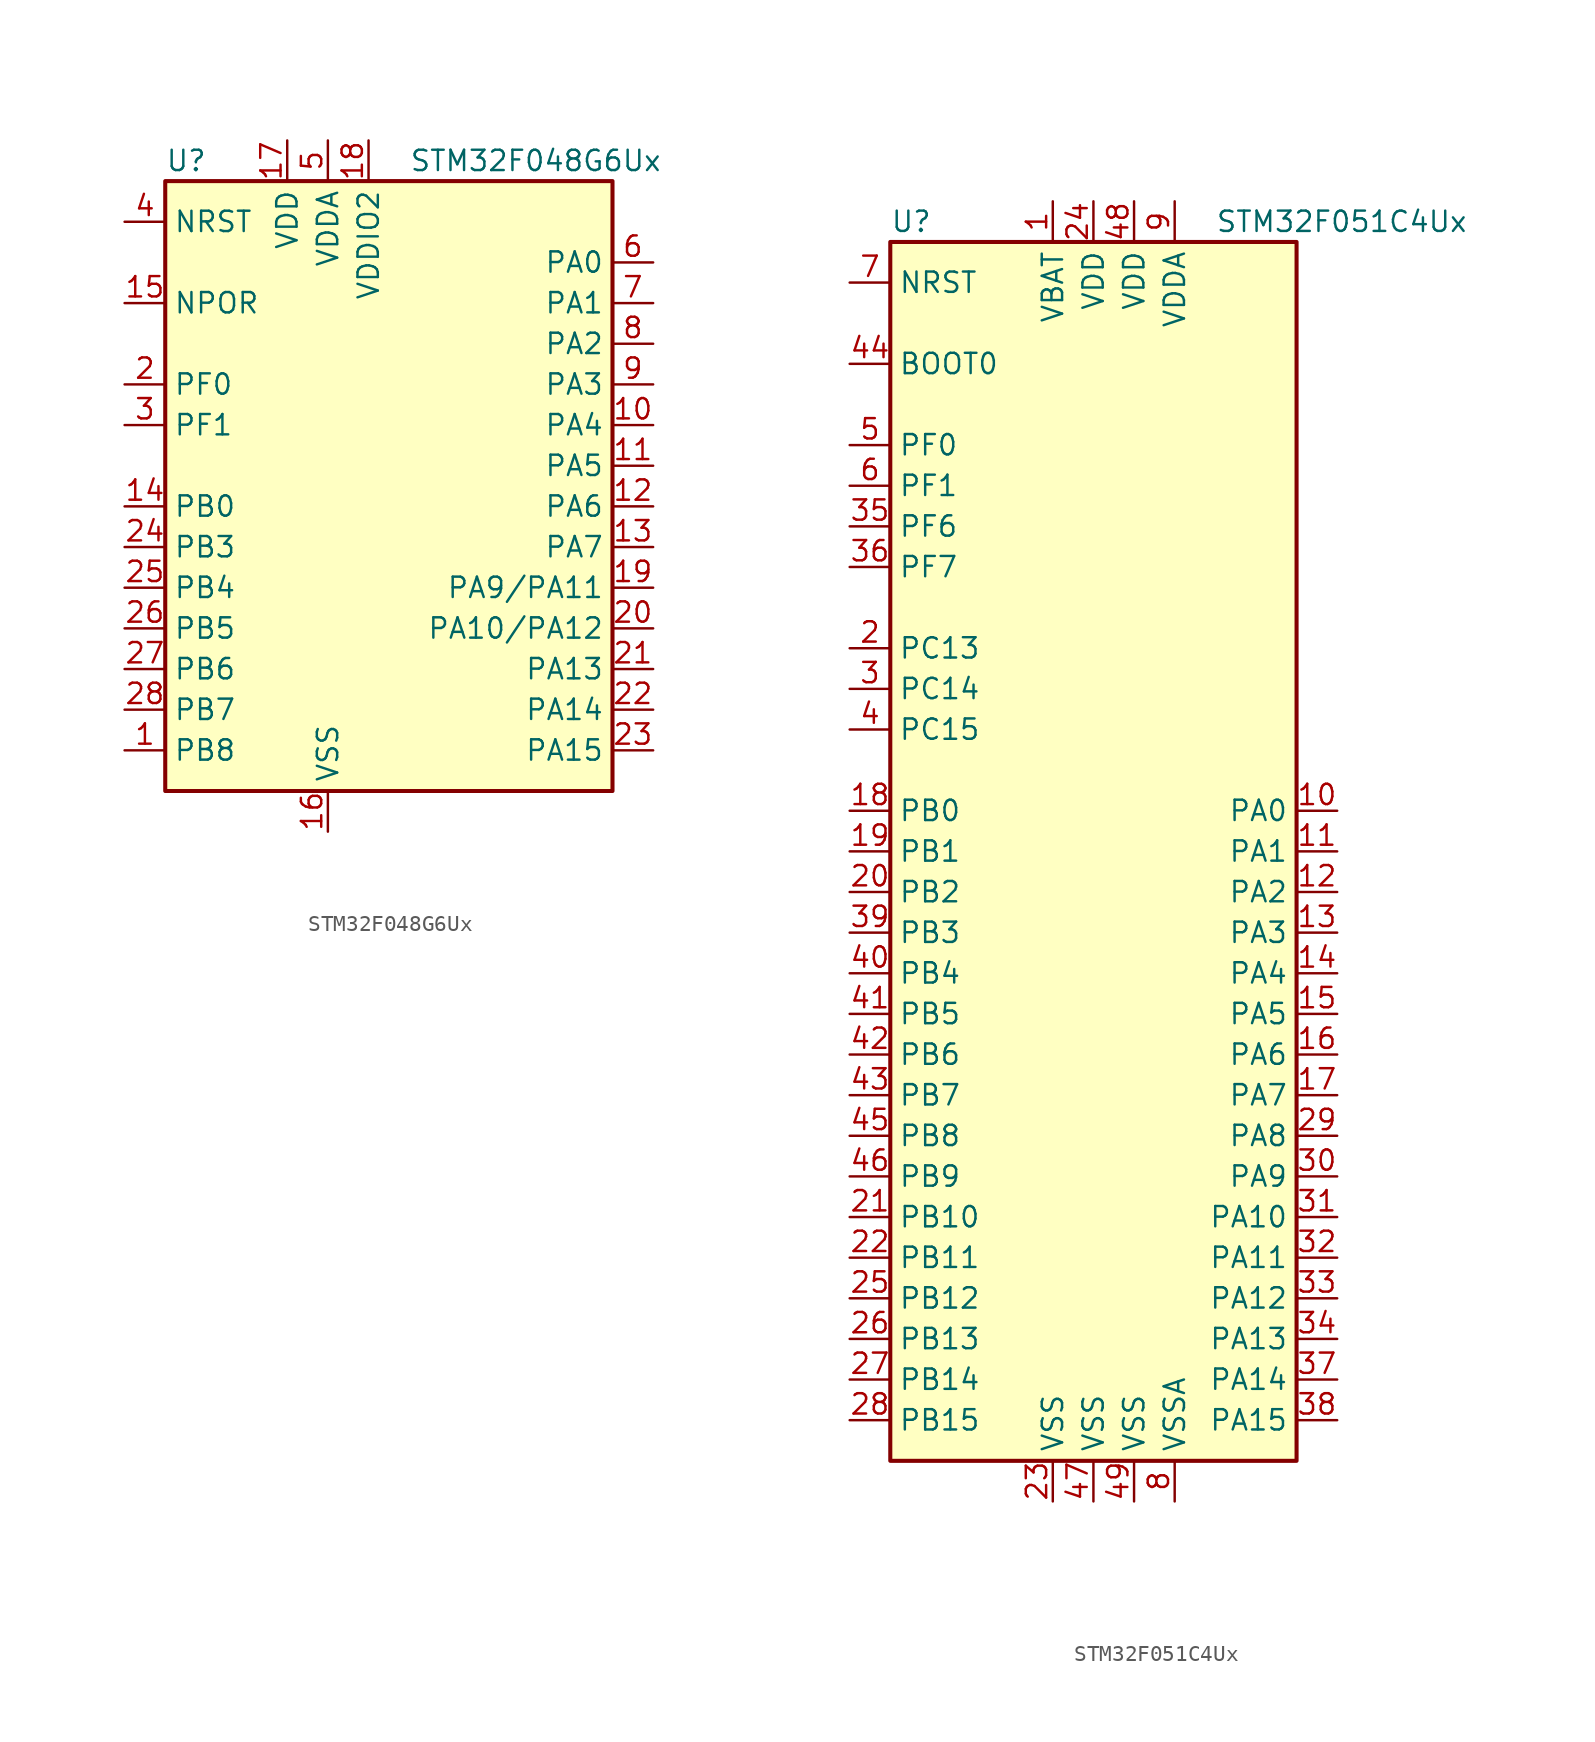
<source format=kicad_sym>
(kicad_symbol_lib
  (version 20201005)
  (generator kicad_symbol_editor)
  (symbol "STM32F048G6Ux"
    (property "Reference" "U"
      (at -15.24 19.05 0)
      (effects (font (size 1.27 1.27)) (justify left)))
    (property "Value" "STM32F048G6Ux"
      (at 0 19.05 0)
      (effects (font (size 1.27 1.27)) (justify left)))
    (symbol "STM32F048G6Ux_0_1"
      (rectangle (start -15.24 -20.32) (end 12.7 17.78) (stroke (width 0.254)) (fill (type background))))
    (symbol "STM32F048G6Ux_1_1"
      (pin power_in line (at -17.78 10.16 0) (length 2.54) (name "NPOR" (effects (font (size 1.27 1.27)))) (number "15" (effects (font (size 1.27 1.27)))))
      (pin input line (at -17.78 15.24 0) (length 2.54) (name "NRST" (effects (font (size 1.27 1.27)))) (number "4" (effects (font (size 1.27 1.27)))))
      (pin bidirectional line (at 15.24 12.7 180) (length 2.54) (name "PA0" (effects (font (size 1.27 1.27)))) (number "6" (effects (font (size 1.27 1.27)))))
      (pin bidirectional line (at 15.24 10.16 180) (length 2.54) (name "PA1" (effects (font (size 1.27 1.27)))) (number "7" (effects (font (size 1.27 1.27)))))
      (pin bidirectional line (at 15.24 -10.16 180) (length 2.54) (name "PA10/PA12" (effects (font (size 1.27 1.27)))) (number "20" (effects (font (size 1.27 1.27)))))
      (pin bidirectional line (at 15.24 -12.7 180) (length 2.54) (name "PA13" (effects (font (size 1.27 1.27)))) (number "21" (effects (font (size 1.27 1.27)))))
      (pin bidirectional line (at 15.24 -15.24 180) (length 2.54) (name "PA14" (effects (font (size 1.27 1.27)))) (number "22" (effects (font (size 1.27 1.27)))))
      (pin bidirectional line (at 15.24 -17.78 180) (length 2.54) (name "PA15" (effects (font (size 1.27 1.27)))) (number "23" (effects (font (size 1.27 1.27)))))
      (pin bidirectional line (at 15.24 7.62 180) (length 2.54) (name "PA2" (effects (font (size 1.27 1.27)))) (number "8" (effects (font (size 1.27 1.27)))))
      (pin bidirectional line (at 15.24 5.08 180) (length 2.54) (name "PA3" (effects (font (size 1.27 1.27)))) (number "9" (effects (font (size 1.27 1.27)))))
      (pin bidirectional line (at 15.24 2.54 180) (length 2.54) (name "PA4" (effects (font (size 1.27 1.27)))) (number "10" (effects (font (size 1.27 1.27)))))
      (pin bidirectional line (at 15.24 0 180) (length 2.54) (name "PA5" (effects (font (size 1.27 1.27)))) (number "11" (effects (font (size 1.27 1.27)))))
      (pin bidirectional line (at 15.24 -2.54 180) (length 2.54) (name "PA6" (effects (font (size 1.27 1.27)))) (number "12" (effects (font (size 1.27 1.27)))))
      (pin bidirectional line (at 15.24 -5.08 180) (length 2.54) (name "PA7" (effects (font (size 1.27 1.27)))) (number "13" (effects (font (size 1.27 1.27)))))
      (pin bidirectional line (at 15.24 -7.62 180) (length 2.54) (name "PA9/PA11" (effects (font (size 1.27 1.27)))) (number "19" (effects (font (size 1.27 1.27)))))
      (pin bidirectional line (at -17.78 -2.54 0) (length 2.54) (name "PB0" (effects (font (size 1.27 1.27)))) (number "14" (effects (font (size 1.27 1.27)))))
      (pin bidirectional line (at -17.78 -5.08 0) (length 2.54) (name "PB3" (effects (font (size 1.27 1.27)))) (number "24" (effects (font (size 1.27 1.27)))))
      (pin bidirectional line (at -17.78 -7.62 0) (length 2.54) (name "PB4" (effects (font (size 1.27 1.27)))) (number "25" (effects (font (size 1.27 1.27)))))
      (pin bidirectional line (at -17.78 -10.16 0) (length 2.54) (name "PB5" (effects (font (size 1.27 1.27)))) (number "26" (effects (font (size 1.27 1.27)))))
      (pin bidirectional line (at -17.78 -12.7 0) (length 2.54) (name "PB6" (effects (font (size 1.27 1.27)))) (number "27" (effects (font (size 1.27 1.27)))))
      (pin bidirectional line (at -17.78 -15.24 0) (length 2.54) (name "PB7" (effects (font (size 1.27 1.27)))) (number "28" (effects (font (size 1.27 1.27)))))
      (pin bidirectional line (at -17.78 -17.78 0) (length 2.54) (name "PB8" (effects (font (size 1.27 1.27)))) (number "1" (effects (font (size 1.27 1.27)))))
      (pin input line (at -17.78 5.08 0) (length 2.54) (name "PF0" (effects (font (size 1.27 1.27)))) (number "2" (effects (font (size 1.27 1.27)))))
      (pin input line (at -17.78 2.54 0) (length 2.54) (name "PF1" (effects (font (size 1.27 1.27)))) (number "3" (effects (font (size 1.27 1.27)))))
      (pin power_in line (at -7.62 20.32 270) (length 2.54) (name "VDD" (effects (font (size 1.27 1.27)))) (number "17" (effects (font (size 1.27 1.27)))))
      (pin power_in line (at -5.08 20.32 270) (length 2.54) (name "VDDA" (effects (font (size 1.27 1.27)))) (number "5" (effects (font (size 1.27 1.27)))))
      (pin power_in line (at -2.54 20.32 270) (length 2.54) (name "VDDIO2" (effects (font (size 1.27 1.27)))) (number "18" (effects (font (size 1.27 1.27)))))
      (pin power_in line (at -5.08 -22.86 90) (length 2.54) (name "VSS" (effects (font (size 1.27 1.27)))) (number "16" (effects (font (size 1.27 1.27)))))))
  (symbol "STM32F051C4Ux"
    (property "Reference" "U"
      (at -12.7 39.37 0)
      (effects (font (size 1.27 1.27)) (justify left)))
    (property "Value" "STM32F051C4Ux"
      (at 7.62 39.37 0)
      (effects (font (size 1.27 1.27)) (justify left)))
    (symbol "STM32F051C4Ux_0_1"
      (rectangle (start -12.7 -38.1) (end 12.7 38.1) (stroke (width 0.254)) (fill (type background))))
    (symbol "STM32F051C4Ux_1_1"
      (pin input line (at -15.24 30.48 0) (length 2.54) (name "BOOT0" (effects (font (size 1.27 1.27)))) (number "44" (effects (font (size 1.27 1.27)))))
      (pin input line (at -15.24 35.56 0) (length 2.54) (name "NRST" (effects (font (size 1.27 1.27)))) (number "7" (effects (font (size 1.27 1.27)))))
      (pin bidirectional line (at 15.24 2.54 180) (length 2.54) (name "PA0" (effects (font (size 1.27 1.27)))) (number "10" (effects (font (size 1.27 1.27)))))
      (pin bidirectional line (at 15.24 0 180) (length 2.54) (name "PA1" (effects (font (size 1.27 1.27)))) (number "11" (effects (font (size 1.27 1.27)))))
      (pin bidirectional line (at 15.24 -22.86 180) (length 2.54) (name "PA10" (effects (font (size 1.27 1.27)))) (number "31" (effects (font (size 1.27 1.27)))))
      (pin bidirectional line (at 15.24 -25.4 180) (length 2.54) (name "PA11" (effects (font (size 1.27 1.27)))) (number "32" (effects (font (size 1.27 1.27)))))
      (pin bidirectional line (at 15.24 -27.94 180) (length 2.54) (name "PA12" (effects (font (size 1.27 1.27)))) (number "33" (effects (font (size 1.27 1.27)))))
      (pin bidirectional line (at 15.24 -30.48 180) (length 2.54) (name "PA13" (effects (font (size 1.27 1.27)))) (number "34" (effects (font (size 1.27 1.27)))))
      (pin bidirectional line (at 15.24 -33.02 180) (length 2.54) (name "PA14" (effects (font (size 1.27 1.27)))) (number "37" (effects (font (size 1.27 1.27)))))
      (pin bidirectional line (at 15.24 -35.56 180) (length 2.54) (name "PA15" (effects (font (size 1.27 1.27)))) (number "38" (effects (font (size 1.27 1.27)))))
      (pin bidirectional line (at 15.24 -2.54 180) (length 2.54) (name "PA2" (effects (font (size 1.27 1.27)))) (number "12" (effects (font (size 1.27 1.27)))))
      (pin bidirectional line (at 15.24 -5.08 180) (length 2.54) (name "PA3" (effects (font (size 1.27 1.27)))) (number "13" (effects (font (size 1.27 1.27)))))
      (pin bidirectional line (at 15.24 -7.62 180) (length 2.54) (name "PA4" (effects (font (size 1.27 1.27)))) (number "14" (effects (font (size 1.27 1.27)))))
      (pin bidirectional line (at 15.24 -10.16 180) (length 2.54) (name "PA5" (effects (font (size 1.27 1.27)))) (number "15" (effects (font (size 1.27 1.27)))))
      (pin bidirectional line (at 15.24 -12.7 180) (length 2.54) (name "PA6" (effects (font (size 1.27 1.27)))) (number "16" (effects (font (size 1.27 1.27)))))
      (pin bidirectional line (at 15.24 -15.24 180) (length 2.54) (name "PA7" (effects (font (size 1.27 1.27)))) (number "17" (effects (font (size 1.27 1.27)))))
      (pin bidirectional line (at 15.24 -17.78 180) (length 2.54) (name "PA8" (effects (font (size 1.27 1.27)))) (number "29" (effects (font (size 1.27 1.27)))))
      (pin bidirectional line (at 15.24 -20.32 180) (length 2.54) (name "PA9" (effects (font (size 1.27 1.27)))) (number "30" (effects (font (size 1.27 1.27)))))
      (pin bidirectional line (at -15.24 2.54 0) (length 2.54) (name "PB0" (effects (font (size 1.27 1.27)))) (number "18" (effects (font (size 1.27 1.27)))))
      (pin bidirectional line (at -15.24 0 0) (length 2.54) (name "PB1" (effects (font (size 1.27 1.27)))) (number "19" (effects (font (size 1.27 1.27)))))
      (pin bidirectional line (at -15.24 -22.86 0) (length 2.54) (name "PB10" (effects (font (size 1.27 1.27)))) (number "21" (effects (font (size 1.27 1.27)))))
      (pin bidirectional line (at -15.24 -25.4 0) (length 2.54) (name "PB11" (effects (font (size 1.27 1.27)))) (number "22" (effects (font (size 1.27 1.27)))))
      (pin bidirectional line (at -15.24 -27.94 0) (length 2.54) (name "PB12" (effects (font (size 1.27 1.27)))) (number "25" (effects (font (size 1.27 1.27)))))
      (pin bidirectional line (at -15.24 -30.48 0) (length 2.54) (name "PB13" (effects (font (size 1.27 1.27)))) (number "26" (effects (font (size 1.27 1.27)))))
      (pin bidirectional line (at -15.24 -33.02 0) (length 2.54) (name "PB14" (effects (font (size 1.27 1.27)))) (number "27" (effects (font (size 1.27 1.27)))))
      (pin bidirectional line (at -15.24 -35.56 0) (length 2.54) (name "PB15" (effects (font (size 1.27 1.27)))) (number "28" (effects (font (size 1.27 1.27)))))
      (pin bidirectional line (at -15.24 -2.54 0) (length 2.54) (name "PB2" (effects (font (size 1.27 1.27)))) (number "20" (effects (font (size 1.27 1.27)))))
      (pin bidirectional line (at -15.24 -5.08 0) (length 2.54) (name "PB3" (effects (font (size 1.27 1.27)))) (number "39" (effects (font (size 1.27 1.27)))))
      (pin bidirectional line (at -15.24 -7.62 0) (length 2.54) (name "PB4" (effects (font (size 1.27 1.27)))) (number "40" (effects (font (size 1.27 1.27)))))
      (pin bidirectional line (at -15.24 -10.16 0) (length 2.54) (name "PB5" (effects (font (size 1.27 1.27)))) (number "41" (effects (font (size 1.27 1.27)))))
      (pin bidirectional line (at -15.24 -12.7 0) (length 2.54) (name "PB6" (effects (font (size 1.27 1.27)))) (number "42" (effects (font (size 1.27 1.27)))))
      (pin bidirectional line (at -15.24 -15.24 0) (length 2.54) (name "PB7" (effects (font (size 1.27 1.27)))) (number "43" (effects (font (size 1.27 1.27)))))
      (pin bidirectional line (at -15.24 -17.78 0) (length 2.54) (name "PB8" (effects (font (size 1.27 1.27)))) (number "45" (effects (font (size 1.27 1.27)))))
      (pin bidirectional line (at -15.24 -20.32 0) (length 2.54) (name "PB9" (effects (font (size 1.27 1.27)))) (number "46" (effects (font (size 1.27 1.27)))))
      (pin bidirectional line (at -15.24 12.7 0) (length 2.54) (name "PC13" (effects (font (size 1.27 1.27)))) (number "2" (effects (font (size 1.27 1.27)))))
      (pin bidirectional line (at -15.24 10.16 0) (length 2.54) (name "PC14" (effects (font (size 1.27 1.27)))) (number "3" (effects (font (size 1.27 1.27)))))
      (pin bidirectional line (at -15.24 7.62 0) (length 2.54) (name "PC15" (effects (font (size 1.27 1.27)))) (number "4" (effects (font (size 1.27 1.27)))))
      (pin input line (at -15.24 25.4 0) (length 2.54) (name "PF0" (effects (font (size 1.27 1.27)))) (number "5" (effects (font (size 1.27 1.27)))))
      (pin input line (at -15.24 22.86 0) (length 2.54) (name "PF1" (effects (font (size 1.27 1.27)))) (number "6" (effects (font (size 1.27 1.27)))))
      (pin bidirectional line (at -15.24 20.32 0) (length 2.54) (name "PF6" (effects (font (size 1.27 1.27)))) (number "35" (effects (font (size 1.27 1.27)))))
      (pin bidirectional line (at -15.24 17.78 0) (length 2.54) (name "PF7" (effects (font (size 1.27 1.27)))) (number "36" (effects (font (size 1.27 1.27)))))
      (pin power_in line (at -2.54 40.64 270) (length 2.54) (name "VBAT" (effects (font (size 1.27 1.27)))) (number "1" (effects (font (size 1.27 1.27)))))
      (pin power_in line (at 0 40.64 270) (length 2.54) (name "VDD" (effects (font (size 1.27 1.27)))) (number "24" (effects (font (size 1.27 1.27)))))
      (pin power_in line (at 2.54 40.64 270) (length 2.54) (name "VDD" (effects (font (size 1.27 1.27)))) (number "48" (effects (font (size 1.27 1.27)))))
      (pin power_in line (at 5.08 40.64 270) (length 2.54) (name "VDDA" (effects (font (size 1.27 1.27)))) (number "9" (effects (font (size 1.27 1.27)))))
      (pin power_in line (at -2.54 -40.64 90) (length 2.54) (name "VSS" (effects (font (size 1.27 1.27)))) (number "23" (effects (font (size 1.27 1.27)))))
      (pin power_in line (at 0 -40.64 90) (length 2.54) (name "VSS" (effects (font (size 1.27 1.27)))) (number "47" (effects (font (size 1.27 1.27)))))
      (pin power_in line (at 2.54 -40.64 90) (length 2.54) (name "VSS" (effects (font (size 1.27 1.27)))) (number "49" (effects (font (size 1.27 1.27)))))
      (pin power_in line (at 5.08 -40.64 90) (length 2.54) (name "VSSA" (effects (font (size 1.27 1.27)))) (number "8" (effects (font (size 1.27 1.27))))))))
</source>
